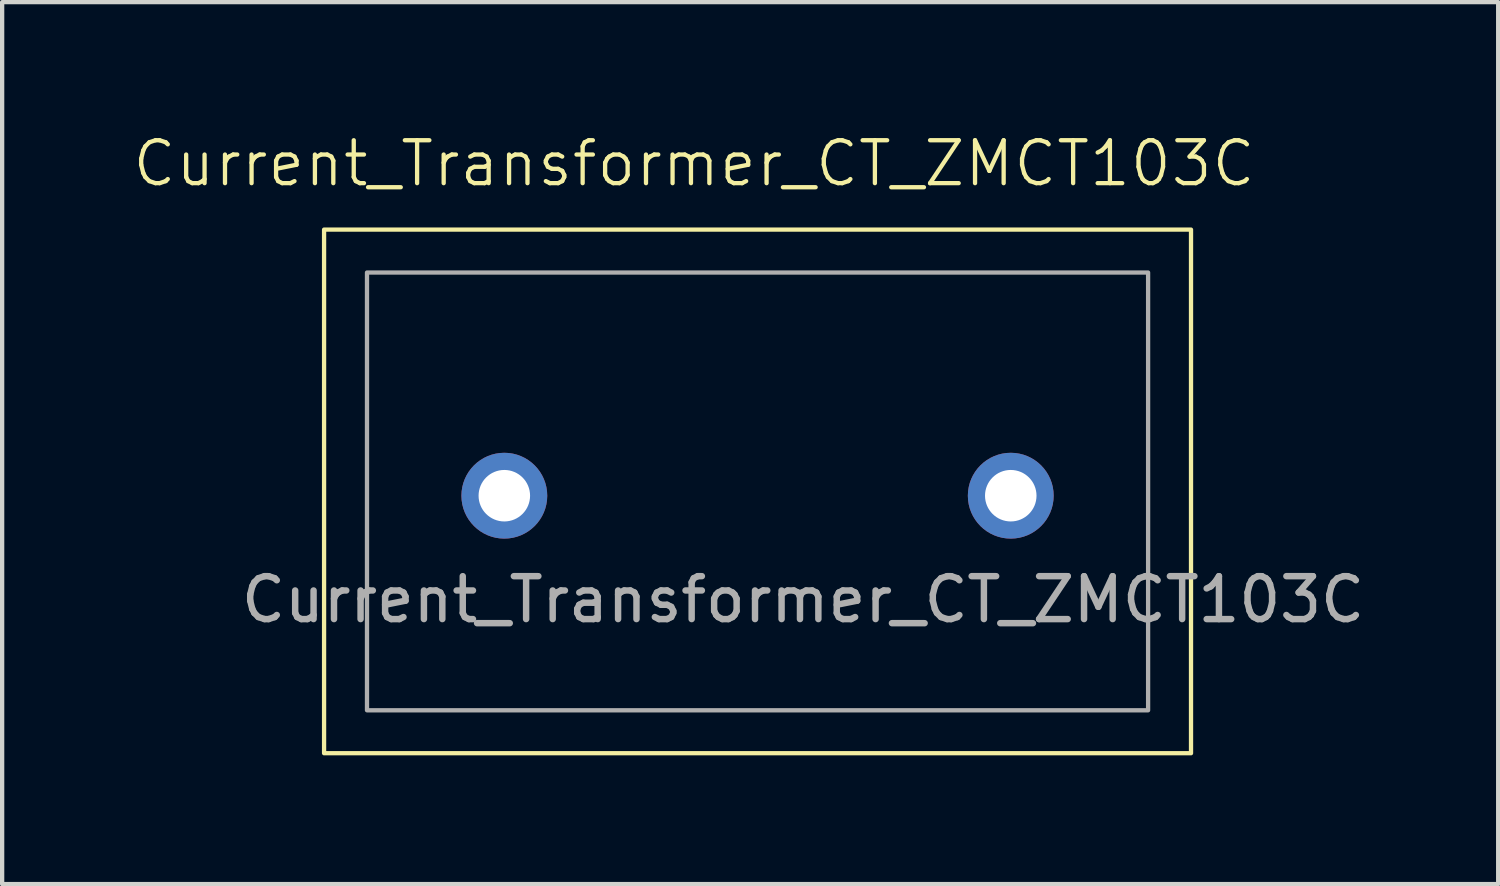
<source format=kicad_pcb>
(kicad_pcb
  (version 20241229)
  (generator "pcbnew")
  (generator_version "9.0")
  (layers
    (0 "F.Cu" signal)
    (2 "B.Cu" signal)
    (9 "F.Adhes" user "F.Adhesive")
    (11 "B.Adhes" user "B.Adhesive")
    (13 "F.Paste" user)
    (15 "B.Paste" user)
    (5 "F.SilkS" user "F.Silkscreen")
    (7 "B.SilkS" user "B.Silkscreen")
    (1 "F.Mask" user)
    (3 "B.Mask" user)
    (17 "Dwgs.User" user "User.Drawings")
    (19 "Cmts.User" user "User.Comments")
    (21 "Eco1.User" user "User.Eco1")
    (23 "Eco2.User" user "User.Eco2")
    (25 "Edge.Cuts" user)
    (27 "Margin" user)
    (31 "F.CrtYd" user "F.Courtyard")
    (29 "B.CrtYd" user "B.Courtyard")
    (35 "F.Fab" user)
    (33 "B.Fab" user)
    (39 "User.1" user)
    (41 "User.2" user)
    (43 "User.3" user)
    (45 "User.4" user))
  (footprint "Current_Transformer_CT_ZMCT103C"
    (layer "F.Cu")
    (at 5.501 3.3)
    (property "Reference" "Current_Transformer_CT_ZMCT103C" (at 7.62 -2.54 0) (unlocked yes) (layer "F.SilkS") (effects (font (size 1 1) (thickness 0.1))))
    (attr through_hole)
    (fp_rect (start -1 -1) (end 19.2 11.2) (stroke (width 0.1) (type default)) (fill no) (layer "F.SilkS"))
    (fp_rect (start 0 0) (end 18.2 10.2) (stroke (width 0.1) (type default)) (fill no) (layer "F.Fab"))
    (fp_text user "${REFERENCE}" (at 10.16 7.62 0) (unlocked yes) (layer "F.Fab") (effects (font (size 1 1) (thickness 0.15))))
    (pad "1" thru_hole circle (at 3.2 5.2) (size 2 2) (drill 1.2) (layers "*.Cu" "*.Mask"))
    (pad "2" thru_hole circle (at 15 5.2) (size 2 2) (drill 1.2) (layers "*.Cu" "*.Mask")))
  (gr_rect
    (start -3 -3)
    (end 31.858 17.55)
    (stroke (width 0.1) (type default))
    (fill no)
    (layer "Edge.Cuts")))
</source>
